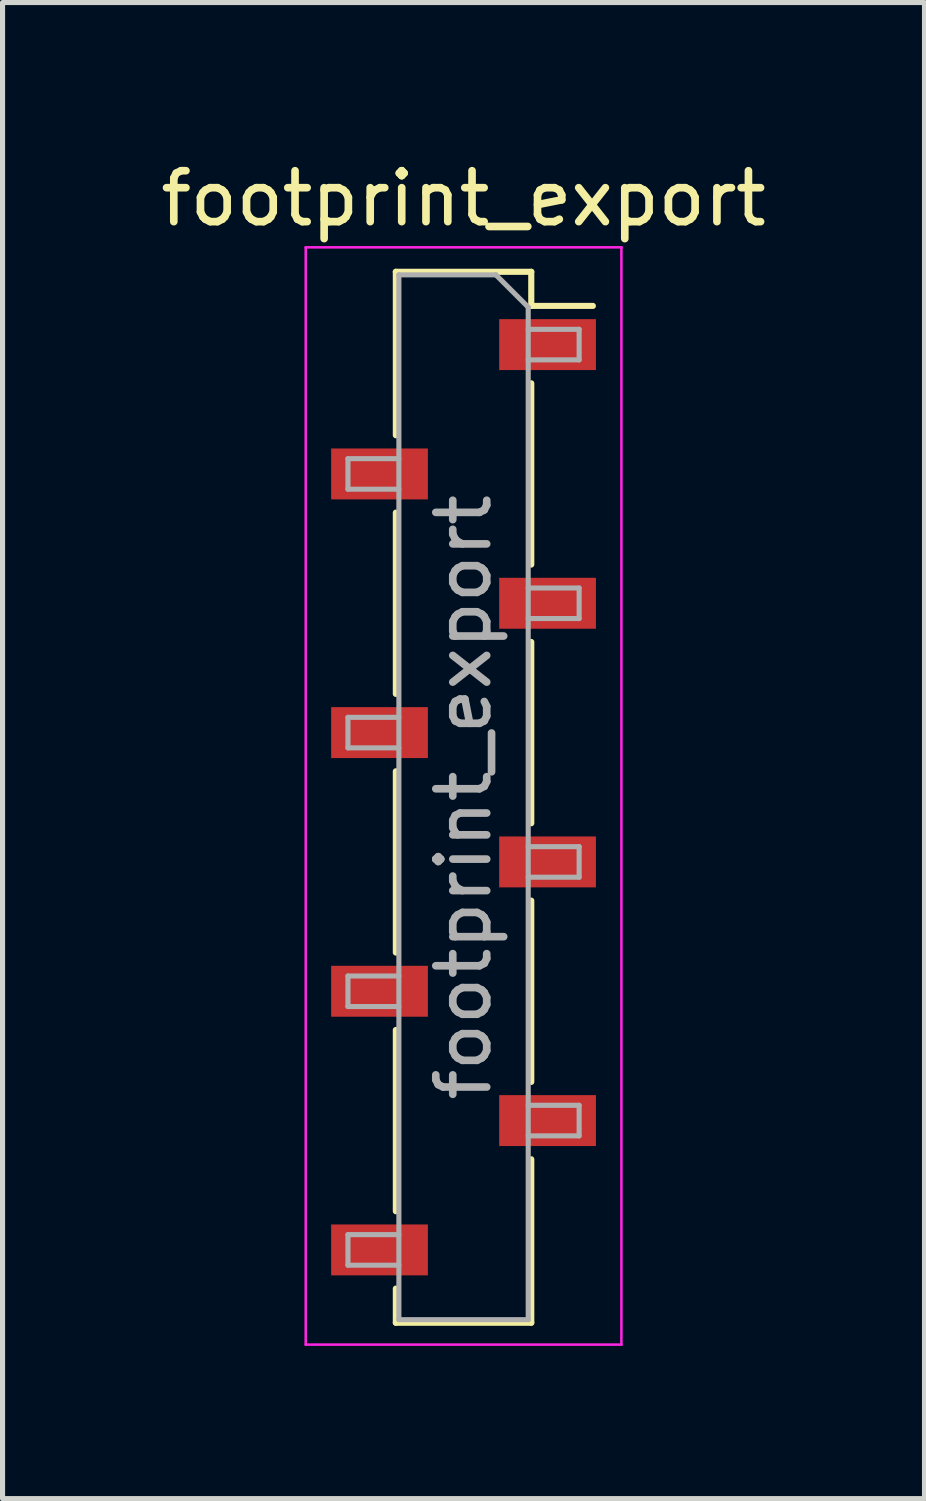
<source format=kicad_pcb>
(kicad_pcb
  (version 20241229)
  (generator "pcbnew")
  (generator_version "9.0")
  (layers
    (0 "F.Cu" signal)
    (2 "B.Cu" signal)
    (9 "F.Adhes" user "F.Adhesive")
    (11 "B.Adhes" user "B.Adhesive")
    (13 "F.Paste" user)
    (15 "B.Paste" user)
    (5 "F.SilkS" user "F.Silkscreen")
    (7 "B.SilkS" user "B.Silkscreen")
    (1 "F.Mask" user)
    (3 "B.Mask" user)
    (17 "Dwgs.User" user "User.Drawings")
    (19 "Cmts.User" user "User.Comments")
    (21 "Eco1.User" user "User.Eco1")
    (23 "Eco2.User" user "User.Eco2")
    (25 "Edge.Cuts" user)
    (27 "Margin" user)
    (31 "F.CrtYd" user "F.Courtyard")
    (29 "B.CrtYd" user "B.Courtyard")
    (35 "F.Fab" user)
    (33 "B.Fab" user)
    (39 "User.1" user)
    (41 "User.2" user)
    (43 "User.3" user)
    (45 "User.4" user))
  (footprint "footprint_export"
    (layer "F.Cu")
    (at 6.054 12.608)
    (property "Reference" "footprint_export" (at 0 -11.76 0) (layer "F.SilkS") (effects (font (size 1 1) (thickness 0.15))))
    (attr smd)
    (fp_line (start -1.33 -10.32) (end -1.33 -7.11) (stroke (width 0.12) (type solid)) (layer "F.SilkS"))
    (fp_line (start -1.33 -10.32) (end 1.33 -10.32) (stroke (width 0.12) (type solid)) (layer "F.SilkS"))
    (fp_line (start -1.33 -5.59) (end -1.33 -2.03) (stroke (width 0.12) (type solid)) (layer "F.SilkS"))
    (fp_line (start -1.33 -0.51) (end -1.33 3.05) (stroke (width 0.12) (type solid)) (layer "F.SilkS"))
    (fp_line (start -1.33 4.57) (end -1.33 8.13) (stroke (width 0.12) (type solid)) (layer "F.SilkS"))
    (fp_line (start -1.33 9.65) (end -1.33 10.32) (stroke (width 0.12) (type solid)) (layer "F.SilkS"))
    (fp_line (start -1.33 10.32) (end 1.33 10.32) (stroke (width 0.12) (type solid)) (layer "F.SilkS"))
    (fp_line (start 1.33 -10.32) (end 1.33 -9.65) (stroke (width 0.12) (type solid)) (layer "F.SilkS"))
    (fp_line (start 1.33 -9.65) (end 2.54 -9.65) (stroke (width 0.12) (type solid)) (layer "F.SilkS"))
    (fp_line (start 1.33 -8.13) (end 1.33 -4.57) (stroke (width 0.12) (type solid)) (layer "F.SilkS"))
    (fp_line (start 1.33 -3.05) (end 1.33 0.51) (stroke (width 0.12) (type solid)) (layer "F.SilkS"))
    (fp_line (start 1.33 2.03) (end 1.33 5.59) (stroke (width 0.12) (type solid)) (layer "F.SilkS"))
    (fp_line (start 1.33 7.11) (end 1.33 10.32) (stroke (width 0.12) (type solid)) (layer "F.SilkS"))
    (fp_line (start -3.1 -10.8) (end 3.1 -10.8) (stroke (width 0.05) (type solid)) (layer "F.CrtYd"))
    (fp_line (start -3.1 10.75) (end -3.1 -10.8) (stroke (width 0.05) (type solid)) (layer "F.CrtYd"))
    (fp_line (start 3.1 -10.8) (end 3.1 10.75) (stroke (width 0.05) (type solid)) (layer "F.CrtYd"))
    (fp_line (start 3.1 10.75) (end -3.1 10.75) (stroke (width 0.05) (type solid)) (layer "F.CrtYd"))
    (fp_line (start -2.27 -6.65) (end -1.27 -6.65) (stroke (width 0.1) (type solid)) (layer "F.Fab"))
    (fp_line (start -2.27 -6.05) (end -2.27 -6.65) (stroke (width 0.1) (type solid)) (layer "F.Fab"))
    (fp_line (start -2.27 -1.57) (end -1.27 -1.57) (stroke (width 0.1) (type solid)) (layer "F.Fab"))
    (fp_line (start -2.27 -0.97) (end -2.27 -1.57) (stroke (width 0.1) (type solid)) (layer "F.Fab"))
    (fp_line (start -2.27 3.51) (end -1.27 3.51) (stroke (width 0.1) (type solid)) (layer "F.Fab"))
    (fp_line (start -2.27 4.11) (end -2.27 3.51) (stroke (width 0.1) (type solid)) (layer "F.Fab"))
    (fp_line (start -2.27 8.59) (end -1.27 8.59) (stroke (width 0.1) (type solid)) (layer "F.Fab"))
    (fp_line (start -2.27 9.19) (end -2.27 8.59) (stroke (width 0.1) (type solid)) (layer "F.Fab"))
    (fp_line (start -1.27 -10.26) (end 0.635 -10.26) (stroke (width 0.1) (type solid)) (layer "F.Fab"))
    (fp_line (start -1.27 -6.05) (end -2.27 -6.05) (stroke (width 0.1) (type solid)) (layer "F.Fab"))
    (fp_line (start -1.27 -0.97) (end -2.27 -0.97) (stroke (width 0.1) (type solid)) (layer "F.Fab"))
    (fp_line (start -1.27 4.11) (end -2.27 4.11) (stroke (width 0.1) (type solid)) (layer "F.Fab"))
    (fp_line (start -1.27 9.19) (end -2.27 9.19) (stroke (width 0.1) (type solid)) (layer "F.Fab"))
    (fp_line (start -1.27 10.26) (end -1.27 -10.26) (stroke (width 0.1) (type solid)) (layer "F.Fab"))
    (fp_line (start 0.635 -10.26) (end 1.27 -9.625) (stroke (width 0.1) (type solid)) (layer "F.Fab"))
    (fp_line (start 1.27 -9.625) (end 1.27 10.26) (stroke (width 0.1) (type solid)) (layer "F.Fab"))
    (fp_line (start 1.27 -9.19) (end 2.27 -9.19) (stroke (width 0.1) (type solid)) (layer "F.Fab"))
    (fp_line (start 1.27 -4.11) (end 2.27 -4.11) (stroke (width 0.1) (type solid)) (layer "F.Fab"))
    (fp_line (start 1.27 0.97) (end 2.27 0.97) (stroke (width 0.1) (type solid)) (layer "F.Fab"))
    (fp_line (start 1.27 6.05) (end 2.27 6.05) (stroke (width 0.1) (type solid)) (layer "F.Fab"))
    (fp_line (start 1.27 10.26) (end -1.27 10.26) (stroke (width 0.1) (type solid)) (layer "F.Fab"))
    (fp_line (start 2.27 -9.19) (end 2.27 -8.59) (stroke (width 0.1) (type solid)) (layer "F.Fab"))
    (fp_line (start 2.27 -8.59) (end 1.27 -8.59) (stroke (width 0.1) (type solid)) (layer "F.Fab"))
    (fp_line (start 2.27 -4.11) (end 2.27 -3.51) (stroke (width 0.1) (type solid)) (layer "F.Fab"))
    (fp_line (start 2.27 -3.51) (end 1.27 -3.51) (stroke (width 0.1) (type solid)) (layer "F.Fab"))
    (fp_line (start 2.27 0.97) (end 2.27 1.57) (stroke (width 0.1) (type solid)) (layer "F.Fab"))
    (fp_line (start 2.27 1.57) (end 1.27 1.57) (stroke (width 0.1) (type solid)) (layer "F.Fab"))
    (fp_line (start 2.27 6.05) (end 2.27 6.65) (stroke (width 0.1) (type solid)) (layer "F.Fab"))
    (fp_line (start 2.27 6.65) (end 1.27 6.65) (stroke (width 0.1) (type solid)) (layer "F.Fab"))
    (fp_text user "${REFERENCE}" (at 0 0 90) (layer "F.Fab") (effects (font (size 1 1) (thickness 0.15))))
    (pad "1" smd rect (at 1.65 -8.89) (size 1.9 1) (layers "F.Cu" "F.Mask" "F.Paste"))
    (pad "2" smd rect (at -1.65 -6.35) (size 1.9 1) (layers "F.Cu" "F.Mask" "F.Paste"))
    (pad "3" smd rect (at 1.65 -3.81) (size 1.9 1) (layers "F.Cu" "F.Mask" "F.Paste"))
    (pad "4" smd rect (at -1.65 -1.27) (size 1.9 1) (layers "F.Cu" "F.Mask" "F.Paste"))
    (pad "5" smd rect (at 1.65 1.27) (size 1.9 1) (layers "F.Cu" "F.Mask" "F.Paste"))
    (pad "6" smd rect (at -1.65 3.81) (size 1.9 1) (layers "F.Cu" "F.Mask" "F.Paste"))
    (pad "7" smd rect (at 1.65 6.35) (size 1.9 1) (layers "F.Cu" "F.Mask" "F.Paste"))
    (pad "8" smd rect (at -1.65 8.89) (size 1.9 1) (layers "F.Cu" "F.Mask" "F.Paste")))
  (gr_rect
    (start -3 -3)
    (end 15.107 26.383)
    (stroke (width 0.1) (type default))
    (fill no)
    (layer "Edge.Cuts")))
</source>
